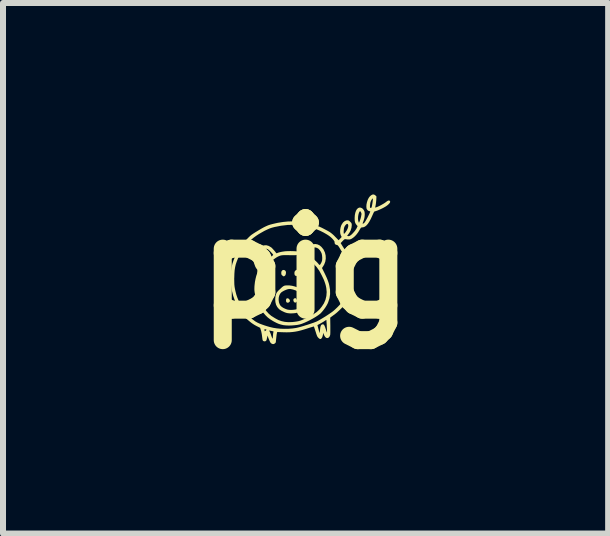
<source format=kicad_pcb>
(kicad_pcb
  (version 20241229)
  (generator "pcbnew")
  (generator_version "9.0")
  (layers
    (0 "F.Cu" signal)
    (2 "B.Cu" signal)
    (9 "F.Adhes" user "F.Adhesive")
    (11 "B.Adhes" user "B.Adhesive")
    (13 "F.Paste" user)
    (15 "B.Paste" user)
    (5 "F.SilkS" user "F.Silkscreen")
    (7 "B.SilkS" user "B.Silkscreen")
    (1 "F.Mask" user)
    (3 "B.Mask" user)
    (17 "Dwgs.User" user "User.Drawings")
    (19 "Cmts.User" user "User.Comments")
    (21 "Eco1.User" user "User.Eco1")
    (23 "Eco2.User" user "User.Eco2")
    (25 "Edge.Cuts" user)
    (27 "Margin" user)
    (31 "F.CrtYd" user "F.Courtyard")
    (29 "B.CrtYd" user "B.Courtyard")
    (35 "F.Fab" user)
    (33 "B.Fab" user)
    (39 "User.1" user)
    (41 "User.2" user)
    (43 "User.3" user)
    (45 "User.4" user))
  (footprint "pig"
    (layer "F.Cu")
    (at 2.039 1.418)
    (property "Reference" "pig" (at 0 0 0) (layer "F.SilkS") (effects (font (size 1.524 1.524) (thickness 0.3))))
    (attr board_only exclude_from_pos_files exclude_from_bom)
    (fp_poly (pts (xy -0.161 0.501) (xy -0.15 0.516) (xy -0.149 0.517) (xy -0.141 0.538) (xy -0.144 0.554) (xy -0.153 0.564) (xy -0.167 0.572) (xy -0.179 0.571) (xy -0.19 0.563) (xy -0.199 0.551) (xy -0.203 0.534) (xy -0.202 0.519) (xy -0.194 0.507) (xy -0.191 0.505) (xy -0.175 0.497)) (stroke (width 0) (type solid)) (fill yes) (layer "F.SilkS"))
    (fp_poly (pts (xy -0.287 0.503) (xy -0.272 0.515) (xy -0.267 0.523) (xy -0.261 0.537) (xy -0.259 0.546) (xy -0.264 0.555) (xy -0.266 0.558) (xy -0.278 0.569) (xy -0.294 0.574) (xy -0.309 0.572) (xy -0.32 0.563) (xy -0.32 0.562) (xy -0.325 0.547) (xy -0.325 0.529) (xy -0.322 0.513) (xy -0.318 0.506) (xy -0.303 0.5)) (stroke (width 0) (type solid)) (fill yes) (layer "F.SilkS"))
    (fp_poly (pts (xy -0.346 0.033) (xy -0.332 0.046) (xy -0.326 0.067) (xy -0.326 0.073) (xy -0.329 0.099) (xy -0.338 0.119) (xy -0.352 0.131) (xy -0.365 0.135) (xy -0.372 0.132) (xy -0.384 0.123) (xy -0.387 0.12) (xy -0.398 0.11) (xy -0.403 0.098) (xy -0.404 0.081) (xy -0.405 0.078) (xy -0.401 0.053) (xy -0.39 0.036) (xy -0.373 0.029) (xy -0.365 0.028)) (stroke (width 0) (type solid)) (fill yes) (layer "F.SilkS"))
    (fp_poly (pts (xy -0.127 0.027) (xy -0.121 0.03) (xy -0.11 0.04) (xy -0.104 0.05) (xy -0.103 0.066) (xy -0.107 0.086) (xy -0.115 0.105) (xy -0.124 0.118) (xy -0.139 0.127) (xy -0.157 0.128) (xy -0.173 0.122) (xy -0.176 0.119) (xy -0.183 0.105) (xy -0.185 0.086) (xy -0.184 0.065) (xy -0.178 0.049) (xy -0.177 0.047) (xy -0.166 0.036) (xy -0.152 0.028) (xy -0.138 0.024)) (stroke (width 0) (type solid)) (fill yes) (layer "F.SilkS"))
    (fp_poly (pts (xy -0.268 0.286) (xy -0.224 0.292) (xy -0.18 0.303) (xy -0.139 0.317) (xy -0.116 0.327) (xy -0.089 0.344) (xy -0.061 0.367) (xy -0.034 0.393) (xy -0.011 0.42) (xy 0.004 0.444) (xy 0.005 0.447) (xy 0.015 0.475) (xy 0.021 0.511) (xy 0.022 0.549) (xy 0.019 0.586) (xy 0.014 0.61) (xy -0.000363 0.642) (xy -0.024 0.672) (xy -0.056 0.699) (xy -0.093 0.722) (xy -0.134 0.739) (xy -0.169 0.747) (xy -0.212 0.751) (xy -0.256 0.752) (xy -0.296 0.748) (xy -0.315 0.744) (xy -0.343 0.735) (xy -0.374 0.721) (xy -0.404 0.706) (xy -0.429 0.69) (xy -0.443 0.679) (xy -0.471 0.646) (xy -0.491 0.608) (xy -0.502 0.564) (xy -0.504 0.53) (xy -0.448 0.53) (xy -0.443 0.567) (xy -0.431 0.601) (xy -0.416 0.625) (xy -0.397 0.642) (xy -0.372 0.659) (xy -0.341 0.674) (xy -0.31 0.686) (xy -0.303 0.688) (xy -0.274 0.693) (xy -0.239 0.694) (xy -0.2 0.692) (xy -0.161 0.686) (xy -0.156 0.685) (xy -0.133 0.677) (xy -0.107 0.663) (xy -0.081 0.646) (xy -0.061 0.628) (xy -0.048 0.612) (xy -0.042 0.6) (xy -0.039 0.584) (xy -0.037 0.564) (xy -0.037 0.542) (xy -0.038 0.507) (xy -0.044 0.48) (xy -0.054 0.457) (xy -0.072 0.435) (xy -0.084 0.421) (xy -0.118 0.394) (xy -0.157 0.372) (xy -0.204 0.356) (xy -0.214 0.353) (xy -0.239 0.348) (xy -0.257 0.345) (xy -0.272 0.345) (xy -0.288 0.348) (xy -0.292 0.348) (xy -0.325 0.359) (xy -0.359 0.374) (xy -0.39 0.392) (xy -0.405 0.403) (xy -0.425 0.427) (xy -0.439 0.458) (xy -0.447 0.493) (xy -0.448 0.53) (xy -0.504 0.53) (xy -0.505 0.514) (xy -0.504 0.503) (xy -0.5 0.462) (xy -0.491 0.429) (xy -0.477 0.401) (xy -0.455 0.375) (xy -0.445 0.365) (xy -0.425 0.347) (xy -0.405 0.328) (xy -0.39 0.314) (xy -0.37 0.299) (xy -0.35 0.29) (xy -0.345 0.288) (xy -0.31 0.285)) (stroke (width 0) (type solid)) (fill yes) (layer "F.SilkS"))
    (fp_poly (pts (xy 0.198 -0.398) (xy 0.233 -0.382) (xy 0.265 -0.355) (xy 0.295 -0.318) (xy 0.301 -0.309) (xy 0.323 -0.262) (xy 0.335 -0.212) (xy 0.337 -0.161) (xy 0.329 -0.11) (xy 0.31 -0.061) (xy 0.294 -0.034) (xy 0.274 -0.004) (xy 0.315 0.078) (xy 0.336 0.122) (xy 0.353 0.159) (xy 0.366 0.191) (xy 0.377 0.221) (xy 0.387 0.251) (xy 0.395 0.284) (xy 0.396 0.289) (xy 0.408 0.36) (xy 0.409 0.431) (xy 0.399 0.499) (xy 0.377 0.567) (xy 0.366 0.592) (xy 0.349 0.623) (xy 0.327 0.658) (xy 0.301 0.693) (xy 0.275 0.725) (xy 0.25 0.752) (xy 0.238 0.762) (xy 0.207 0.785) (xy 0.169 0.81) (xy 0.125 0.836) (xy 0.077 0.862) (xy 0.029 0.886) (xy -0.017 0.907) (xy -0.059 0.924) (xy -0.095 0.935) (xy -0.098 0.936) (xy -0.137 0.944) (xy -0.183 0.949) (xy -0.232 0.953) (xy -0.281 0.954) (xy -0.326 0.952) (xy -0.364 0.948) (xy -0.371 0.947) (xy -0.409 0.938) (xy -0.445 0.927) (xy -0.482 0.911) (xy -0.523 0.89) (xy -0.541 0.88) (xy -0.588 0.851) (xy -0.629 0.82) (xy -0.666 0.784) (xy -0.703 0.741) (xy -0.717 0.723) (xy -0.762 0.654) (xy -0.799 0.578) (xy -0.827 0.495) (xy -0.846 0.412) (xy -0.85 0.384) (xy -0.852 0.36) (xy -0.852 0.335) (xy -0.851 0.306) (xy -0.851 0.303) (xy -0.791 0.303) (xy -0.791 0.352) (xy -0.788 0.399) (xy -0.782 0.442) (xy -0.776 0.468) (xy -0.755 0.534) (xy -0.727 0.597) (xy -0.693 0.657) (xy -0.655 0.71) (xy -0.614 0.756) (xy -0.571 0.793) (xy -0.566 0.796) (xy -0.507 0.833) (xy -0.453 0.862) (xy -0.399 0.881) (xy -0.344 0.893) (xy -0.286 0.898) (xy -0.222 0.896) (xy -0.192 0.893) (xy -0.154 0.888) (xy -0.121 0.882) (xy -0.089 0.873) (xy -0.056 0.861) (xy -0.019 0.845) (xy 0.024 0.824) (xy 0.025 0.823) (xy 0.076 0.797) (xy 0.118 0.774) (xy 0.152 0.752) (xy 0.182 0.732) (xy 0.207 0.71) (xy 0.231 0.687) (xy 0.253 0.661) (xy 0.269 0.641) (xy 0.306 0.585) (xy 0.332 0.525) (xy 0.347 0.462) (xy 0.352 0.397) (xy 0.346 0.331) (xy 0.343 0.316) (xy 0.336 0.283) (xy 0.327 0.253) (xy 0.317 0.224) (xy 0.305 0.192) (xy 0.288 0.156) (xy 0.268 0.115) (xy 0.229 0.042) (xy 0.184 -0.021) (xy 0.133 -0.076) (xy 0.075 -0.124) (xy 0.008 -0.166) (xy -0.038 -0.19) (xy -0.068 -0.203) (xy -0.096 -0.213) (xy -0.12 -0.22) (xy -0.14 -0.223) (xy -0.151 -0.221) (xy -0.153 -0.22) (xy -0.16 -0.219) (xy -0.178 -0.217) (xy -0.204 -0.217) (xy -0.239 -0.217) (xy -0.272 -0.218) (xy -0.317 -0.219) (xy -0.354 -0.219) (xy -0.383 -0.217) (xy -0.407 -0.214) (xy -0.428 -0.208) (xy -0.447 -0.2) (xy -0.468 -0.19) (xy -0.483 -0.181) (xy -0.503 -0.168) (xy -0.53 -0.148) (xy -0.559 -0.125) (xy -0.59 -0.099) (xy -0.618 -0.074) (xy -0.643 -0.051) (xy -0.66 -0.033) (xy -0.682 -0.007) (xy -0.704 0.024) (xy -0.725 0.058) (xy -0.744 0.09) (xy -0.758 0.12) (xy -0.762 0.13) (xy -0.769 0.155) (xy -0.777 0.185) (xy -0.783 0.214) (xy -0.784 0.218) (xy -0.789 0.257) (xy -0.791 0.303) (xy -0.851 0.303) (xy -0.849 0.282) (xy -0.843 0.229) (xy -0.833 0.177) (xy -0.821 0.128) (xy -0.807 0.087) (xy -0.798 0.066) (xy -0.782 0.034) (xy -0.797 0.025) (xy -0.812 0.013) (xy -0.824 -0.003) (xy -0.837 -0.027) (xy -0.849 -0.06) (xy -0.854 -0.073) (xy -0.862 -0.099) (xy -0.868 -0.12) (xy -0.87 -0.138) (xy -0.87 -0.159) (xy -0.87 -0.16) (xy -0.814 -0.16) (xy -0.813 -0.143) (xy -0.809 -0.125) (xy -0.802 -0.101) (xy -0.798 -0.088) (xy -0.788 -0.059) (xy -0.778 -0.039) (xy -0.769 -0.027) (xy -0.765 -0.023) (xy -0.75 -0.012) (xy -0.742 -0.024) (xy -0.734 -0.034) (xy -0.721 -0.05) (xy -0.707 -0.067) (xy -0.694 -0.082) (xy -0.674 -0.102) (xy -0.649 -0.124) (xy -0.623 -0.147) (xy -0.61 -0.157) (xy -0.587 -0.178) (xy -0.566 -0.196) (xy -0.551 -0.21) (xy -0.541 -0.22) (xy -0.539 -0.223) (xy -0.543 -0.231) (xy -0.553 -0.244) (xy -0.568 -0.26) (xy -0.584 -0.278) (xy -0.601 -0.294) (xy -0.617 -0.308) (xy -0.628 -0.317) (xy -0.63 -0.318) (xy -0.656 -0.325) (xy -0.685 -0.323) (xy -0.716 -0.312) (xy -0.747 -0.293) (xy -0.766 -0.276) (xy -0.787 -0.254) (xy -0.8 -0.235) (xy -0.808 -0.214) (xy -0.812 -0.187) (xy -0.813 -0.18) (xy -0.814 -0.16) (xy -0.87 -0.16) (xy -0.869 -0.177) (xy -0.866 -0.216) (xy -0.857 -0.248) (xy -0.843 -0.276) (xy -0.821 -0.302) (xy -0.81 -0.315) (xy -0.77 -0.348) (xy -0.73 -0.371) (xy -0.69 -0.382) (xy -0.651 -0.383) (xy -0.613 -0.372) (xy -0.576 -0.35) (xy -0.574 -0.349) (xy -0.561 -0.338) (xy -0.544 -0.32) (xy -0.526 -0.3) (xy -0.509 -0.28) (xy -0.496 -0.263) (xy -0.492 -0.256) (xy -0.487 -0.251) (xy -0.481 -0.25) (xy -0.471 -0.253) (xy -0.462 -0.257) (xy 0.029 -0.257) (xy 0.031 -0.25) (xy 0.032 -0.247) (xy 0.038 -0.234) (xy 0.039 -0.226) (xy 0.044 -0.217) (xy 0.059 -0.204) (xy 0.084 -0.187) (xy 0.09 -0.183) (xy 0.118 -0.164) (xy 0.147 -0.141) (xy 0.175 -0.116) (xy 0.199 -0.092) (xy 0.218 -0.07) (xy 0.223 -0.063) (xy 0.23 -0.056) (xy 0.237 -0.056) (xy 0.246 -0.064) (xy 0.256 -0.082) (xy 0.263 -0.095) (xy 0.27 -0.112) (xy 0.275 -0.127) (xy 0.277 -0.145) (xy 0.278 -0.168) (xy 0.278 -0.177) (xy 0.275 -0.214) (xy 0.269 -0.244) (xy 0.257 -0.271) (xy 0.238 -0.301) (xy 0.236 -0.302) (xy 0.216 -0.324) (xy 0.191 -0.339) (xy 0.166 -0.346) (xy 0.149 -0.346) (xy 0.131 -0.34) (xy 0.109 -0.328) (xy 0.085 -0.312) (xy 0.062 -0.294) (xy 0.045 -0.278) (xy 0.034 -0.266) (xy 0.029 -0.257) (xy -0.462 -0.257) (xy -0.461 -0.258) (xy -0.444 -0.263) (xy -0.421 -0.269) (xy -0.393 -0.275) (xy -0.374 -0.278) (xy -0.339 -0.283) (xy -0.298 -0.285) (xy -0.253 -0.286) (xy -0.208 -0.285) (xy -0.166 -0.283) (xy -0.128 -0.279) (xy -0.098 -0.273) (xy -0.093 -0.272) (xy -0.068 -0.265) (xy -0.051 -0.261) (xy -0.041 -0.261) (xy -0.034 -0.264) (xy -0.029 -0.271) (xy -0.024 -0.28) (xy -0.006 -0.305) (xy 0.019 -0.332) (xy 0.049 -0.357) (xy 0.079 -0.378) (xy 0.108 -0.394) (xy 0.123 -0.399) (xy 0.161 -0.404)) (stroke (width 0) (type solid)) (fill yes) (layer "F.SilkS"))
    (fp_poly (pts (xy 1.156 -1.22) (xy 1.164 -1.213) (xy 1.181 -1.196) (xy 1.178 -1.136) (xy 1.175 -1.107) (xy 1.172 -1.078) (xy 1.168 -1.053) (xy 1.166 -1.043) (xy 1.159 -1.01) (xy 1.173 -1.014) (xy 1.191 -1.02) (xy 1.216 -1.031) (xy 1.245 -1.045) (xy 1.274 -1.061) (xy 1.302 -1.077) (xy 1.325 -1.092) (xy 1.341 -1.104) (xy 1.364 -1.121) (xy 1.384 -1.129) (xy 1.399 -1.126) (xy 1.403 -1.123) (xy 1.41 -1.109) (xy 1.406 -1.093) (xy 1.392 -1.075) (xy 1.37 -1.054) (xy 1.34 -1.032) (xy 1.302 -1.01) (xy 1.273 -0.995) (xy 1.245 -0.982) (xy 1.218 -0.97) (xy 1.194 -0.96) (xy 1.178 -0.955) (xy 1.176 -0.954) (xy 1.16 -0.949) (xy 1.148 -0.945) (xy 1.144 -0.943) (xy 1.14 -0.937) (xy 1.133 -0.923) (xy 1.123 -0.902) (xy 1.113 -0.879) (xy 1.087 -0.822) (xy 1.062 -0.776) (xy 1.038 -0.74) (xy 1.014 -0.713) (xy 0.99 -0.694) (xy 0.964 -0.683) (xy 0.937 -0.68) (xy 0.936 -0.68) (xy 0.929 -0.678) (xy 0.922 -0.673) (xy 0.914 -0.662) (xy 0.903 -0.644) (xy 0.898 -0.635) (xy 0.877 -0.6) (xy 0.851 -0.565) (xy 0.823 -0.534) (xy 0.794 -0.509) (xy 0.767 -0.491) (xy 0.766 -0.491) (xy 0.746 -0.482) (xy 0.73 -0.479) (xy 0.711 -0.479) (xy 0.703 -0.479) (xy 0.684 -0.482) (xy 0.667 -0.484) (xy 0.66 -0.485) (xy 0.652 -0.484) (xy 0.64 -0.476) (xy 0.624 -0.46) (xy 0.617 -0.453) (xy 0.585 -0.419) (xy 0.618 -0.365) (xy 0.635 -0.339) (xy 0.651 -0.313) (xy 0.665 -0.289) (xy 0.671 -0.278) (xy 0.701 -0.218) (xy 0.728 -0.151) (xy 0.75 -0.079) (xy 0.768 -0.005) (xy 0.78 0.067) (xy 0.781 0.084) (xy 0.785 0.147) (xy 0.783 0.214) (xy 0.778 0.282) (xy 0.768 0.348) (xy 0.755 0.408) (xy 0.747 0.436) (xy 0.737 0.461) (xy 0.721 0.493) (xy 0.702 0.528) (xy 0.68 0.563) (xy 0.657 0.597) (xy 0.652 0.604) (xy 0.628 0.634) (xy 0.596 0.668) (xy 0.56 0.703) (xy 0.522 0.738) (xy 0.484 0.769) (xy 0.468 0.78) (xy 0.411 0.822) (xy 0.413 0.957) (xy 0.413 0.998) (xy 0.413 1.035) (xy 0.413 1.067) (xy 0.412 1.092) (xy 0.411 1.109) (xy 0.41 1.113) (xy 0.399 1.139) (xy 0.384 1.156) (xy 0.367 1.163) (xy 0.349 1.161) (xy 0.331 1.149) (xy 0.316 1.128) (xy 0.305 1.105) (xy 0.296 1.076) (xy 0.289 1.111) (xy 0.281 1.141) (xy 0.27 1.163) (xy 0.257 1.176) (xy 0.249 1.179) (xy 0.235 1.176) (xy 0.22 1.165) (xy 0.205 1.149) (xy 0.193 1.131) (xy 0.188 1.117) (xy 0.18 1.096) (xy 0.172 1.069) (xy 0.163 1.041) (xy 0.162 1.039) (xy 0.154 1.013) (xy 0.147 0.992) (xy 0.141 0.976) (xy 0.137 0.97) (xy 0.137 0.969) (xy 0.13 0.971) (xy 0.115 0.976) (xy 0.092 0.983) (xy 0.066 0.991) (xy 0.051 0.996) (xy -0.015 1.017) (xy -0.073 1.034) (xy -0.124 1.047) (xy -0.172 1.056) (xy -0.219 1.062) (xy -0.266 1.066) (xy -0.316 1.067) (xy -0.366 1.066) (xy -0.472 1.062) (xy -0.477 1.083) (xy -0.48 1.096) (xy -0.483 1.117) (xy -0.486 1.143) (xy -0.489 1.171) (xy -0.492 1.196) (xy -0.494 1.217) (xy -0.494 1.228) (xy -0.498 1.238) (xy -0.507 1.249) (xy -0.508 1.25) (xy -0.527 1.262) (xy -0.547 1.263) (xy -0.568 1.254) (xy -0.57 1.252) (xy -0.579 1.245) (xy -0.586 1.235) (xy -0.593 1.223) (xy -0.601 1.205) (xy -0.611 1.18) (xy -0.616 1.169) (xy -0.634 1.121) (xy -0.64 1.155) (xy -0.645 1.175) (xy -0.649 1.193) (xy -0.652 1.201) (xy -0.662 1.212) (xy -0.677 1.218) (xy -0.693 1.216) (xy -0.707 1.21) (xy -0.715 1.197) (xy -0.716 1.195) (xy -0.717 1.185) (xy -0.72 1.166) (xy -0.723 1.142) (xy -0.725 1.126) (xy -0.729 1.097) (xy -0.735 1.066) (xy -0.741 1.039) (xy -0.744 1.031) (xy -0.748 1.018) (xy -0.685 1.018) (xy -0.684 1.029) (xy -0.682 1.038) (xy -0.679 1.05) (xy -0.663 1.038) (xy -0.662 1.037) (xy -0.606 1.037) (xy -0.604 1.042) (xy -0.599 1.052) (xy -0.593 1.064) (xy -0.585 1.082) (xy -0.576 1.105) (xy -0.574 1.113) (xy -0.564 1.142) (xy -0.556 1.161) (xy -0.552 1.171) (xy -0.549 1.172) (xy -0.547 1.164) (xy -0.545 1.149) (xy -0.544 1.138) (xy -0.542 1.113) (xy -0.54 1.09) (xy -0.537 1.074) (xy -0.537 1.072) (xy -0.533 1.052) (xy -0.568 1.044) (xy -0.587 1.04) (xy -0.6 1.038) (xy -0.606 1.037) (xy -0.662 1.037) (xy -0.653 1.029) (xy -0.649 1.024) (xy -0.649 1.024) (xy -0.655 1.021) (xy -0.667 1.017) (xy -0.668 1.017) (xy -0.68 1.015) (xy -0.685 1.018) (xy -0.748 1.018) (xy -0.756 0.992) (xy -0.813 0.964) (xy -0.835 0.952) (xy -0.855 0.941) (xy -0.873 0.929) (xy -0.893 0.916) (xy -0.915 0.899) (xy -0.942 0.877) (xy -0.973 0.851) (xy -0.994 0.832) (xy -1.01 0.818) (xy -1.023 0.806) (xy -1.034 0.793) (xy -1.046 0.777) (xy -1.06 0.757) (xy -1.078 0.73) (xy -1.08 0.727) (xy -1.13 0.643) (xy -1.172 0.553) (xy -1.205 0.46) (xy -1.229 0.364) (xy -1.243 0.268) (xy -1.247 0.188) (xy -1.247 0.171) (xy -1.188 0.171) (xy -1.187 0.224) (xy -1.186 0.268) (xy -1.182 0.308) (xy -1.175 0.347) (xy -1.166 0.388) (xy -1.154 0.435) (xy -1.149 0.451) (xy -1.136 0.489) (xy -1.118 0.533) (xy -1.097 0.579) (xy -1.073 0.626) (xy -1.048 0.669) (xy -1.03 0.698) (xy -1 0.738) (xy -0.963 0.779) (xy -0.922 0.818) (xy -0.879 0.854) (xy -0.837 0.885) (xy -0.802 0.905) (xy -0.77 0.92) (xy -0.731 0.935) (xy -0.686 0.951) (xy -0.639 0.966) (xy -0.593 0.979) (xy -0.55 0.989) (xy -0.537 0.992) (xy -0.479 1.001) (xy -0.416 1.007) (xy -0.349 1.009) (xy -0.282 1.008) (xy -0.219 1.003) (xy -0.162 0.995) (xy -0.142 0.991) (xy -0.113 0.984) (xy -0.076 0.974) (xy -0.035 0.962) (xy 0.009 0.948) (xy 0.014 0.947) (xy 0.198 0.947) (xy 0.211 0.997) (xy 0.218 1.022) (xy 0.223 1.043) (xy 0.227 1.059) (xy 0.228 1.063) (xy 0.231 1.074) (xy 0.234 1.077) (xy 0.235 1.071) (xy 0.237 1.056) (xy 0.24 1.035) (xy 0.242 1.02) (xy 0.246 0.986) (xy 0.252 0.963) (xy 0.26 0.947) (xy 0.27 0.938) (xy 0.278 0.935) (xy 0.29 0.934) (xy 0.301 0.937) (xy 0.31 0.946) (xy 0.319 0.964) (xy 0.329 0.99) (xy 0.335 1.009) (xy 0.343 1.033) (xy 0.35 1.053) (xy 0.355 1.066) (xy 0.358 1.071) (xy 0.358 1.071) (xy 0.358 1.065) (xy 0.358 1.05) (xy 0.357 1.028) (xy 0.356 1.002) (xy 0.354 0.972) (xy 0.353 0.943) (xy 0.351 0.915) (xy 0.349 0.891) (xy 0.348 0.872) (xy 0.347 0.862) (xy 0.346 0.861) (xy 0.341 0.863) (xy 0.33 0.87) (xy 0.315 0.88) (xy 0.295 0.893) (xy 0.269 0.908) (xy 0.244 0.922) (xy 0.241 0.924) (xy 0.198 0.947) (xy 0.014 0.947) (xy 0.054 0.934) (xy 0.096 0.92) (xy 0.134 0.907) (xy 0.165 0.895) (xy 0.185 0.887) (xy 0.205 0.877) (xy 0.232 0.862) (xy 0.264 0.843) (xy 0.299 0.822) (xy 0.335 0.8) (xy 0.37 0.777) (xy 0.403 0.755) (xy 0.43 0.736) (xy 0.438 0.731) (xy 0.471 0.705) (xy 0.506 0.673) (xy 0.542 0.638) (xy 0.576 0.602) (xy 0.605 0.568) (xy 0.628 0.537) (xy 0.63 0.534) (xy 0.654 0.497) (xy 0.671 0.466) (xy 0.684 0.437) (xy 0.695 0.408) (xy 0.704 0.375) (xy 0.706 0.366) (xy 0.711 0.343) (xy 0.715 0.321) (xy 0.718 0.298) (xy 0.72 0.271) (xy 0.722 0.239) (xy 0.723 0.198) (xy 0.723 0.19) (xy 0.724 0.15) (xy 0.724 0.119) (xy 0.724 0.094) (xy 0.723 0.074) (xy 0.721 0.054) (xy 0.717 0.034) (xy 0.713 0.011) (xy 0.711 0.005) (xy 0.697 -0.057) (xy 0.681 -0.112) (xy 0.661 -0.164) (xy 0.638 -0.215) (xy 0.608 -0.27) (xy 0.582 -0.313) (xy 0.565 -0.342) (xy 0.552 -0.362) (xy 0.542 -0.375) (xy 0.534 -0.383) (xy 0.528 -0.387) (xy 0.521 -0.388) (xy 0.521 -0.388) (xy 0.503 -0.393) (xy 0.489 -0.406) (xy 0.484 -0.424) (xy 0.484 -0.429) (xy 0.483 -0.441) (xy 0.479 -0.452) (xy 0.468 -0.467) (xy 0.458 -0.48) (xy 0.437 -0.502) (xy 0.415 -0.522) (xy 0.39 -0.541) (xy 0.36 -0.561) (xy 0.322 -0.583) (xy 0.301 -0.595) (xy 0.247 -0.622) (xy 0.195 -0.644) (xy 0.147 -0.661) (xy 0.104 -0.671) (xy 0.098 -0.672) (xy 0.08 -0.675) (xy 0.066 -0.681) (xy 0.061 -0.683) (xy 0.052 -0.688) (xy 0.035 -0.694) (xy 0.013 -0.7) (xy 0.002 -0.702) (xy -0.094 -0.718) (xy -0.195 -0.724) (xy -0.3 -0.721) (xy -0.408 -0.708) (xy -0.516 -0.687) (xy -0.562 -0.675) (xy -0.597 -0.663) (xy -0.638 -0.645) (xy -0.684 -0.623) (xy -0.73 -0.597) (xy -0.777 -0.57) (xy -0.821 -0.541) (xy -0.86 -0.513) (xy -0.892 -0.487) (xy -0.91 -0.47) (xy -0.932 -0.447) (xy -0.957 -0.421) (xy -0.98 -0.397) (xy -0.987 -0.39) (xy -1.007 -0.368) (xy -1.026 -0.346) (xy -1.043 -0.32) (xy -1.062 -0.289) (xy -1.082 -0.251) (xy -1.1 -0.216) (xy -1.126 -0.162) (xy -1.146 -0.112) (xy -1.162 -0.065) (xy -1.173 -0.017) (xy -1.181 0.034) (xy -1.185 0.09) (xy -1.187 0.154) (xy -1.188 0.171) (xy -1.247 0.171) (xy -1.246 0.113) (xy -1.241 0.045) (xy -1.232 -0.017) (xy -1.218 -0.076) (xy -1.198 -0.135) (xy -1.173 -0.196) (xy -1.141 -0.263) (xy -1.14 -0.266) (xy -1.122 -0.299) (xy -1.106 -0.327) (xy -1.091 -0.352) (xy -1.074 -0.376) (xy -1.054 -0.4) (xy -1.03 -0.427) (xy -1 -0.46) (xy -0.99 -0.471) (xy -0.963 -0.499) (xy -0.941 -0.521) (xy -0.922 -0.539) (xy -0.904 -0.554) (xy -0.884 -0.568) (xy -0.86 -0.584) (xy -0.83 -0.603) (xy -0.828 -0.604) (xy -0.777 -0.635) (xy -0.733 -0.661) (xy -0.695 -0.682) (xy -0.66 -0.699) (xy -0.626 -0.714) (xy -0.591 -0.726) (xy -0.553 -0.736) (xy -0.511 -0.746) (xy -0.462 -0.757) (xy -0.449 -0.759) (xy -0.373 -0.771) (xy -0.292 -0.779) (xy -0.209 -0.781) (xy -0.127 -0.778) (xy -0.049 -0.77) (xy 0.022 -0.757) (xy 0.031 -0.755) (xy 0.052 -0.749) (xy 0.072 -0.743) (xy 0.081 -0.739) (xy 0.094 -0.734) (xy 0.114 -0.728) (xy 0.139 -0.721) (xy 0.157 -0.717) (xy 0.191 -0.707) (xy 0.225 -0.695) (xy 0.263 -0.678) (xy 0.293 -0.663) (xy 0.337 -0.64) (xy 0.373 -0.621) (xy 0.403 -0.603) (xy 0.428 -0.585) (xy 0.451 -0.566) (xy 0.474 -0.545) (xy 0.497 -0.521) (xy 0.517 -0.501) (xy 0.533 -0.484) (xy 0.546 -0.473) (xy 0.552 -0.467) (xy 0.553 -0.467) (xy 0.557 -0.472) (xy 0.567 -0.483) (xy 0.578 -0.495) (xy 0.602 -0.521) (xy 0.589 -0.546) (xy 0.58 -0.572) (xy 0.577 -0.596) (xy 0.635 -0.596) (xy 0.637 -0.581) (xy 0.639 -0.573) (xy 0.64 -0.573) (xy 0.646 -0.577) (xy 0.657 -0.588) (xy 0.669 -0.604) (xy 0.671 -0.607) (xy 0.689 -0.635) (xy 0.702 -0.663) (xy 0.71 -0.689) (xy 0.712 -0.712) (xy 0.708 -0.729) (xy 0.701 -0.738) (xy 0.69 -0.739) (xy 0.677 -0.731) (xy 0.664 -0.717) (xy 0.652 -0.699) (xy 0.643 -0.678) (xy 0.643 -0.678) (xy 0.639 -0.66) (xy 0.637 -0.638) (xy 0.635 -0.616) (xy 0.635 -0.596) (xy 0.577 -0.596) (xy 0.576 -0.604) (xy 0.577 -0.64) (xy 0.583 -0.677) (xy 0.593 -0.71) (xy 0.603 -0.73) (xy 0.625 -0.763) (xy 0.65 -0.784) (xy 0.677 -0.796) (xy 0.697 -0.798) (xy 0.712 -0.797) (xy 0.724 -0.792) (xy 0.737 -0.781) (xy 0.745 -0.773) (xy 0.759 -0.759) (xy 0.766 -0.747) (xy 0.769 -0.735) (xy 0.77 -0.718) (xy 0.765 -0.675) (xy 0.751 -0.63) (xy 0.729 -0.589) (xy 0.704 -0.555) (xy 0.695 -0.545) (xy 0.694 -0.54) (xy 0.699 -0.538) (xy 0.702 -0.537) (xy 0.717 -0.534) (xy 0.732 -0.538) (xy 0.749 -0.548) (xy 0.77 -0.565) (xy 0.79 -0.586) (xy 0.821 -0.621) (xy 0.843 -0.653) (xy 0.851 -0.667) (xy 0.867 -0.702) (xy 0.85 -0.721) (xy 0.836 -0.74) (xy 0.826 -0.761) (xy 0.82 -0.787) (xy 0.818 -0.819) (xy 0.818 -0.824) (xy 0.874 -0.824) (xy 0.877 -0.794) (xy 0.882 -0.776) (xy 0.89 -0.756) (xy 0.902 -0.784) (xy 0.909 -0.804) (xy 0.917 -0.829) (xy 0.924 -0.856) (xy 0.925 -0.86) (xy 0.929 -0.884) (xy 0.932 -0.899) (xy 0.931 -0.91) (xy 0.929 -0.92) (xy 0.924 -0.93) (xy 0.916 -0.944) (xy 0.909 -0.951) (xy 0.907 -0.952) (xy 0.903 -0.947) (xy 0.895 -0.935) (xy 0.888 -0.919) (xy 0.88 -0.89) (xy 0.875 -0.857) (xy 0.874 -0.824) (xy 0.818 -0.824) (xy 0.818 -0.84) (xy 0.821 -0.886) (xy 0.829 -0.925) (xy 0.841 -0.959) (xy 0.856 -0.984) (xy 0.875 -1.002) (xy 0.897 -1.011) (xy 0.92 -1.009) (xy 0.941 -1) (xy 0.954 -0.989) (xy 0.968 -0.972) (xy 0.972 -0.965) (xy 0.979 -0.951) (xy 0.983 -0.937) (xy 0.985 -0.92) (xy 0.986 -0.895) (xy 0.986 -0.893) (xy 0.984 -0.865) (xy 0.98 -0.838) (xy 0.972 -0.808) (xy 0.96 -0.772) (xy 0.952 -0.751) (xy 0.951 -0.743) (xy 0.957 -0.742) (xy 0.966 -0.747) (xy 0.979 -0.757) (xy 0.983 -0.762) (xy 0.991 -0.773) (xy 1.003 -0.793) (xy 1.017 -0.817) (xy 1.032 -0.845) (xy 1.046 -0.873) (xy 1.059 -0.899) (xy 1.069 -0.921) (xy 1.075 -0.937) (xy 1.076 -0.937) (xy 1.077 -0.947) (xy 1.071 -0.949) (xy 1.069 -0.95) (xy 1.05 -0.955) (xy 1.032 -0.968) (xy 1.019 -0.988) (xy 1.016 -0.996) (xy 1.013 -1.026) (xy 1.013 -1.028) (xy 1.073 -1.028) (xy 1.073 -1.015) (xy 1.075 -1.008) (xy 1.079 -1.006) (xy 1.086 -1.006) (xy 1.093 -1.006) (xy 1.097 -1.01) (xy 1.101 -1.019) (xy 1.105 -1.034) (xy 1.109 -1.055) (xy 1.116 -1.097) (xy 1.12 -1.129) (xy 1.121 -1.15) (xy 1.12 -1.161) (xy 1.115 -1.161) (xy 1.107 -1.152) (xy 1.096 -1.134) (xy 1.093 -1.127) (xy 1.083 -1.105) (xy 1.078 -1.083) (xy 1.075 -1.055) (xy 1.074 -1.051) (xy 1.073 -1.028) (xy 1.013 -1.028) (xy 1.015 -1.062) (xy 1.023 -1.1) (xy 1.035 -1.137) (xy 1.051 -1.17) (xy 1.065 -1.19) (xy 1.09 -1.214) (xy 1.113 -1.227) (xy 1.136 -1.229)) (stroke (width 0) (type solid)) (fill yes) (layer "F.SilkS")))
  (gr_rect
    (start -3 -3)
    (end 7.079 5.836)
    (stroke (width 0.1) (type default))
    (fill no)
    (layer "Edge.Cuts")))
</source>
